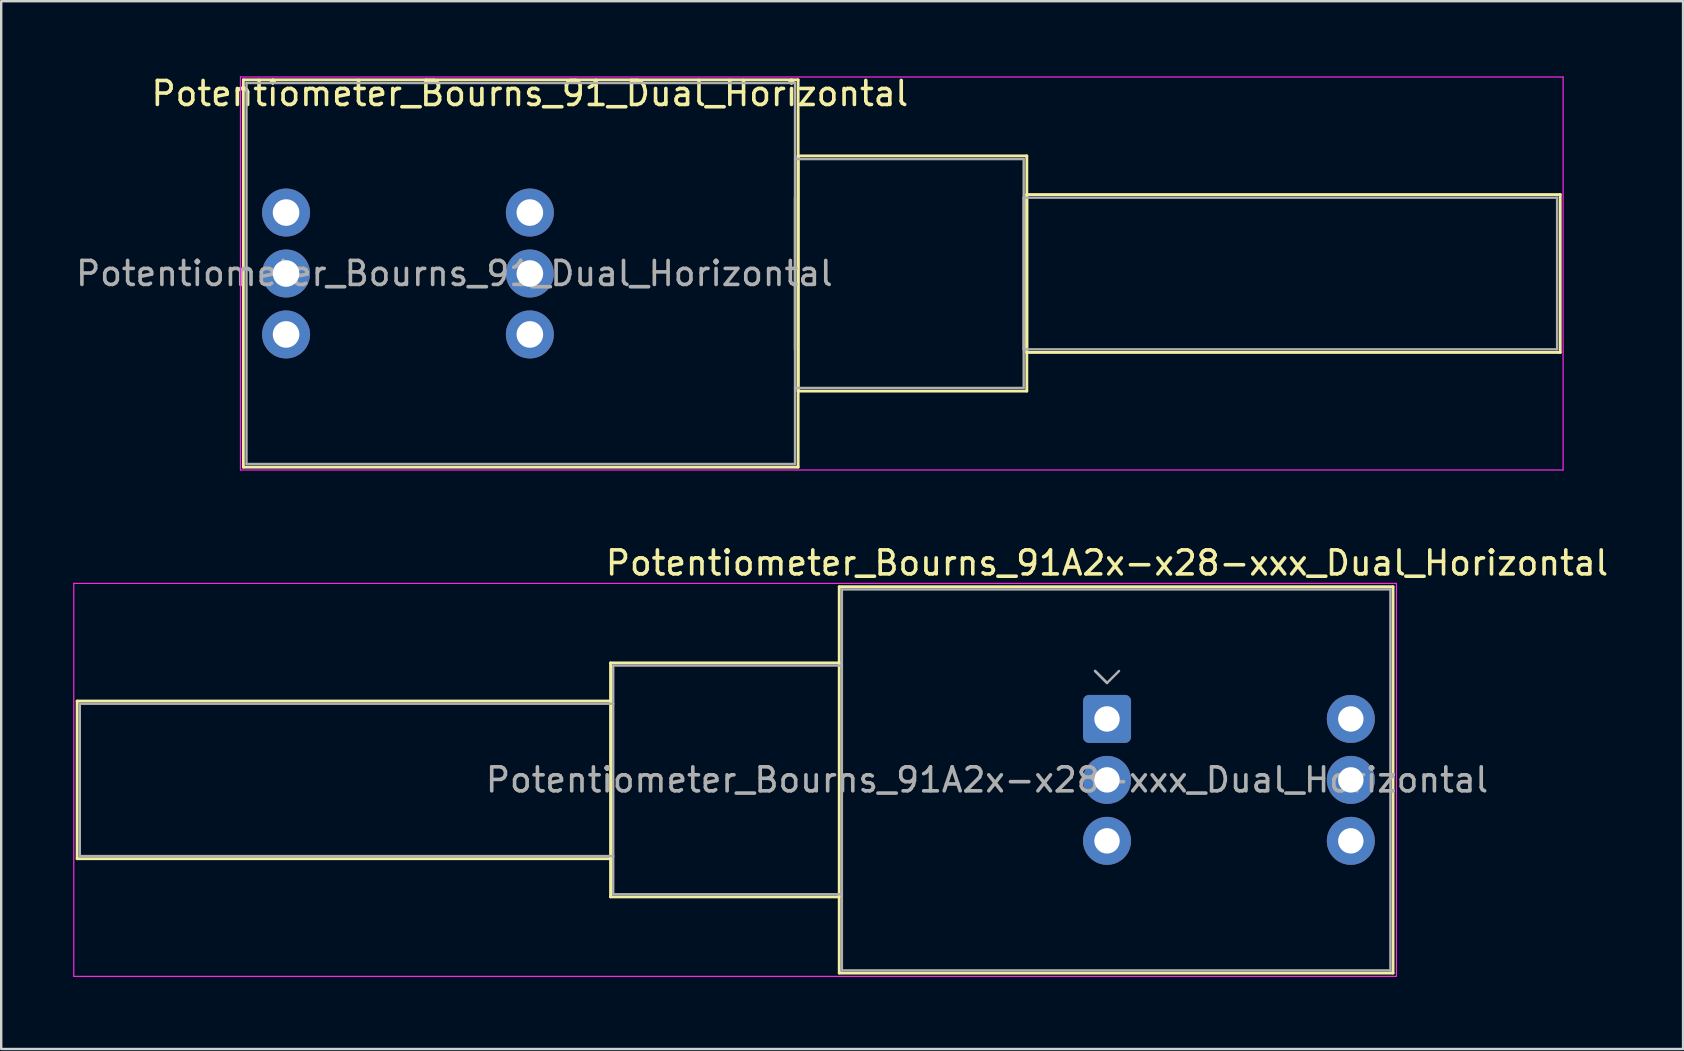
<source format=kicad_pcb>
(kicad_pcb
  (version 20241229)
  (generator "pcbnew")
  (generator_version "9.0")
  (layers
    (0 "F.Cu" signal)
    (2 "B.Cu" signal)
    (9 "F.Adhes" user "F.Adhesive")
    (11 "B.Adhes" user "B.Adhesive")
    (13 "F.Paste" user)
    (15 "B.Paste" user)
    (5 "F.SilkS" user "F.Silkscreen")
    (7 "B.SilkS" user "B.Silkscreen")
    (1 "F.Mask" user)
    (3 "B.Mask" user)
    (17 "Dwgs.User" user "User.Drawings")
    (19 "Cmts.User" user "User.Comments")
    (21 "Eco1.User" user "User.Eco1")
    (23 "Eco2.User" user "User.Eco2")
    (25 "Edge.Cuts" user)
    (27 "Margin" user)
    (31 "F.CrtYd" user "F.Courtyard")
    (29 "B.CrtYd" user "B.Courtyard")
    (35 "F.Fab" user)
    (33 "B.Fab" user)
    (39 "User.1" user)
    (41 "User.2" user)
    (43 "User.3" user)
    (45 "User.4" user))
  (footprint "Potentiometer_Bourns_91_Dual_Horizontal"
    (layer "F.Cu")
    (at 19.032 10.888)
    (property "Reference" "Potentiometer_Bourns_91_Dual_Horizontal" (at 0 -10.04 0) (layer "F.SilkS") (effects (font (size 1 1) (thickness 0.15))))
    (attr through_hole)
    (fp_line (start -11.94 -10.61) (end -11.94 5.53) (stroke (width 0.12) (type solid)) (layer "F.SilkS"))
    (fp_line (start -11.94 -10.61) (end 11.18 -10.61) (stroke (width 0.12) (type solid)) (layer "F.SilkS"))
    (fp_line (start -11.94 5.53) (end 11.18 5.53) (stroke (width 0.12) (type solid)) (layer "F.SilkS"))
    (fp_line (start 11.18 -10.61) (end 11.18 5.53) (stroke (width 0.12) (type solid)) (layer "F.SilkS"))
    (fp_line (start 11.18 -7.44) (end 11.18 2.36) (stroke (width 0.12) (type solid)) (layer "F.SilkS"))
    (fp_line (start 11.18 -7.44) (end 20.71 -7.44) (stroke (width 0.12) (type solid)) (layer "F.SilkS"))
    (fp_line (start 11.18 2.36) (end 20.71 2.36) (stroke (width 0.12) (type solid)) (layer "F.SilkS"))
    (fp_line (start 20.71 -7.44) (end 20.71 2.36) (stroke (width 0.12) (type solid)) (layer "F.SilkS"))
    (fp_line (start 20.71 -5.83) (end 20.71 0.75) (stroke (width 0.12) (type solid)) (layer "F.SilkS"))
    (fp_line (start 20.71 -5.83) (end 42.94 -5.83) (stroke (width 0.12) (type solid)) (layer "F.SilkS"))
    (fp_line (start 20.71 0.75) (end 42.94 0.75) (stroke (width 0.12) (type solid)) (layer "F.SilkS"))
    (fp_line (start 42.94 -5.83) (end 42.94 0.75) (stroke (width 0.12) (type solid)) (layer "F.SilkS"))
    (fp_line (start -12.06 -10.73) (end -12.06 5.65) (stroke (width 0.05) (type solid)) (layer "F.CrtYd"))
    (fp_line (start -12.06 5.65) (end 43.06 5.65) (stroke (width 0.05) (type solid)) (layer "F.CrtYd"))
    (fp_line (start 43.06 -10.73) (end -12.06 -10.73) (stroke (width 0.05) (type solid)) (layer "F.CrtYd"))
    (fp_line (start 43.06 -10.73) (end 43.06 5.65) (stroke (width 0.05) (type solid)) (layer "F.CrtYd"))
    (fp_line (start -11.81 -10.48) (end -11.81 5.4) (stroke (width 0.1) (type solid)) (layer "F.Fab"))
    (fp_line (start -11.81 5.4) (end 11.05 5.4) (stroke (width 0.1) (type solid)) (layer "F.Fab"))
    (fp_line (start 11.049 -5.715) (end 11.049 0.635) (stroke (width 0.1) (type solid)) (layer "F.Fab"))
    (fp_line (start 11.05 -10.48) (end -11.81 -10.48) (stroke (width 0.1) (type solid)) (layer "F.Fab"))
    (fp_line (start 11.05 -10.48) (end 11.05 5.4) (stroke (width 0.1) (type solid)) (layer "F.Fab"))
    (fp_line (start 11.05 -7.31) (end 20.58 -7.31) (stroke (width 0.1) (type solid)) (layer "F.Fab"))
    (fp_line (start 11.05 2.23) (end 20.58 2.23) (stroke (width 0.1) (type solid)) (layer "F.Fab"))
    (fp_line (start 20.58 -7.31) (end 20.58 2.23) (stroke (width 0.1) (type solid)) (layer "F.Fab"))
    (fp_line (start 20.58 -5.7) (end 20.58 0.62) (stroke (width 0.1) (type solid)) (layer "F.Fab"))
    (fp_line (start 20.58 -5.7) (end 42.81 -5.7) (stroke (width 0.1) (type solid)) (layer "F.Fab"))
    (fp_line (start 20.58 0.62) (end 42.81 0.62) (stroke (width 0.1) (type solid)) (layer "F.Fab"))
    (fp_line (start 42.81 -5.7) (end 42.81 0.62) (stroke (width 0.1) (type solid)) (layer "F.Fab"))
    (fp_text user "${REFERENCE}" (at -3.145 -2.54 0) (layer "F.Fab") (effects (font (size 1 1) (thickness 0.15))))
    (pad "1" thru_hole circle (at 0 0) (size 2 2) (drill 1.11) (layers "*.Cu" "*.Mask"))
    (pad "2" thru_hole circle (at 0 -2.54) (size 2 2) (drill 1.11) (layers "*.Cu" "*.Mask"))
    (pad "3" thru_hole circle (at 0 -5.08) (size 2 2) (drill 1.11) (layers "*.Cu" "*.Mask"))
    (pad "4" thru_hole circle (at -10.16 0) (size 2 2) (drill 1.11) (layers "*.Cu" "*.Mask"))
    (pad "5" thru_hole circle (at -10.16 -2.54) (size 2 2) (drill 1.11) (layers "*.Cu" "*.Mask"))
    (pad "6" thru_hole circle (at -10.16 -5.08) (size 2 2) (drill 1.11) (layers "*.Cu" "*.Mask")))
  (footprint "Potentiometer_Bourns_91A2x-x28-xxx_Dual_Horizontal"
    (layer "F.Cu")
    (at 43.085 26.912)
    (property "Reference" "Potentiometer_Bourns_91A2x-x28-xxx_Dual_Horizontal" (at 0 -6.5 180) (layer "F.SilkS") (effects (font (size 1 1) (thickness 0.15))))
    (attr through_hole)
    (fp_line (start -42.92 5.825) (end -42.92 -0.745) (stroke (width 0.12) (type solid)) (layer "F.SilkS"))
    (fp_line (start -20.69 -0.745) (end -42.92 -0.745) (stroke (width 0.12) (type solid)) (layer "F.SilkS"))
    (fp_line (start -20.69 5.825) (end -42.92 5.825) (stroke (width 0.12) (type solid)) (layer "F.SilkS"))
    (fp_line (start -20.69 7.415) (end -20.69 -2.335) (stroke (width 0.12) (type solid)) (layer "F.SilkS"))
    (fp_line (start -11.16 -2.335) (end -20.69 -2.335) (stroke (width 0.12) (type solid)) (layer "F.SilkS"))
    (fp_line (start -11.16 7.415) (end -20.69 7.415) (stroke (width 0.12) (type solid)) (layer "F.SilkS"))
    (fp_line (start -11.16 10.59) (end -11.16 -5.51) (stroke (width 0.12) (type solid)) (layer "F.SilkS"))
    (fp_line (start 11.92 -5.51) (end -11.16 -5.51) (stroke (width 0.12) (type solid)) (layer "F.SilkS"))
    (fp_line (start 11.92 10.59) (end -11.16 10.59) (stroke (width 0.12) (type solid)) (layer "F.SilkS"))
    (fp_line (start 11.92 10.59) (end 11.92 -5.51) (stroke (width 0.12) (type solid)) (layer "F.SilkS"))
    (fp_line (start -43.06 10.73) (end -43.06 -5.65) (stroke (width 0.05) (type solid)) (layer "F.CrtYd"))
    (fp_line (start -43.06 10.73) (end 12.06 10.73) (stroke (width 0.05) (type solid)) (layer "F.CrtYd"))
    (fp_line (start 12.06 -5.65) (end -43.06 -5.65) (stroke (width 0.05) (type solid)) (layer "F.CrtYd"))
    (fp_line (start 12.06 10.73) (end 12.06 -5.65) (stroke (width 0.05) (type solid)) (layer "F.CrtYd"))
    (fp_line (start -42.81 5.715) (end -42.81 -0.635) (stroke (width 0.1) (type solid)) (layer "F.Fab"))
    (fp_line (start -20.58 -0.635) (end -42.81 -0.635) (stroke (width 0.1) (type solid)) (layer "F.Fab"))
    (fp_line (start -20.58 5.715) (end -42.81 5.715) (stroke (width 0.1) (type solid)) (layer "F.Fab"))
    (fp_line (start -20.58 7.305) (end -20.58 -2.225) (stroke (width 0.1) (type solid)) (layer "F.Fab"))
    (fp_line (start -11.05 -2.225) (end -20.58 -2.225) (stroke (width 0.1) (type solid)) (layer "F.Fab"))
    (fp_line (start -11.05 7.305) (end -20.58 7.305) (stroke (width 0.1) (type solid)) (layer "F.Fab"))
    (fp_line (start -11.05 10.48) (end -11.05 -5.4) (stroke (width 0.1) (type solid)) (layer "F.Fab"))
    (fp_line (start -11.05 10.48) (end 11.81 10.48) (stroke (width 0.1) (type solid)) (layer "F.Fab"))
    (fp_line (start -0.5 -2) (end 0 -1.5) (stroke (width 0.1) (type solid)) (layer "F.Fab"))
    (fp_line (start 0 -1.5) (end -0.5 -2) (stroke (width 0.1) (type solid)) (layer "F.Fab"))
    (fp_line (start 0 -1.5) (end 0.5 -2) (stroke (width 0.1) (type solid)) (layer "F.Fab"))
    (fp_line (start 11.81 -5.4) (end -11.05 -5.4) (stroke (width 0.1) (type solid)) (layer "F.Fab"))
    (fp_line (start 11.81 10.48) (end 11.81 -5.4) (stroke (width 0.1) (type solid)) (layer "F.Fab"))
    (fp_text user "${REFERENCE}" (at -5 2.54 180) (layer "F.Fab") (effects (font (size 1 1) (thickness 0.15))))
    (pad "1" thru_hole roundrect (at 0 0) (size 2 2) (drill 1.06) (layers "*.Cu" "*.Mask") (roundrect_rratio 0.125))
    (pad "2" thru_hole circle (at 0 2.54) (size 2 2) (drill 1.06) (layers "*.Cu" "*.Mask"))
    (pad "3" thru_hole circle (at 0 5.08) (size 2 2) (drill 1.06) (layers "*.Cu" "*.Mask"))
    (pad "4" thru_hole circle (at 10.16 0) (size 2 2) (drill 1.06) (layers "*.Cu" "*.Mask"))
    (pad "5" thru_hole circle (at 10.16 2.54) (size 2 2) (drill 1.06) (layers "*.Cu" "*.Mask"))
    (pad "6" thru_hole circle (at 10.16 5.08) (size 2 2) (drill 1.06) (layers "*.Cu" "*.Mask")))
  (gr_rect
    (start -3 -3)
    (end 67.091 40.666)
    (stroke (width 0.1) (type default))
    (fill no)
    (layer "Edge.Cuts")))
</source>
